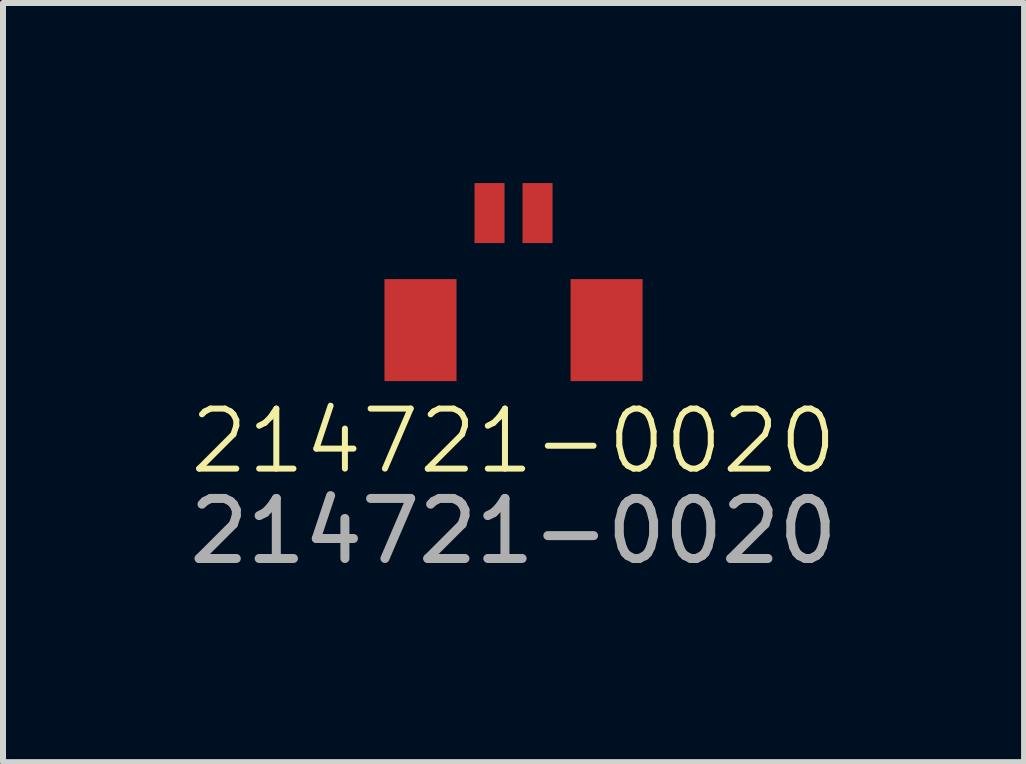
<source format=kicad_pcb>
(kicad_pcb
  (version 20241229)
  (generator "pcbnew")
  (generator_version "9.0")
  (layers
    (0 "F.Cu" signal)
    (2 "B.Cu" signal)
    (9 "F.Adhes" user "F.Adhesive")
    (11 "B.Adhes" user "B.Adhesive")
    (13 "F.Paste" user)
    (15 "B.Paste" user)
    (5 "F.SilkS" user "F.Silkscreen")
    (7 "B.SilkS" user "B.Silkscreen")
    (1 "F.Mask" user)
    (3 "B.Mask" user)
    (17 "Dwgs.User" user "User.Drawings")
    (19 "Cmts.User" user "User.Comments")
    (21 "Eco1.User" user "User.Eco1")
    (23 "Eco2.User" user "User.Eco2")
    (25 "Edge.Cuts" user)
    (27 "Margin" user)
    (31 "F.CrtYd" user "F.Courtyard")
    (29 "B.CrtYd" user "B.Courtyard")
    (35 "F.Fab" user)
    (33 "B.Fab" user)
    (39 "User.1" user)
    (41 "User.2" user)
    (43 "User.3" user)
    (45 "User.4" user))
  (footprint "214721-0020"
    (layer "F.Cu")
    (at 5.506 3.3)
    (property "Reference" "214721-0020" (at 0 1 0) (unlocked yes) (layer "F.SilkS") (effects (font (size 1 1) (thickness 0.1))))
    (attr smd)
    (fp_text user "${REFERENCE}" (at 0 2.5 0) (unlocked yes) (layer "F.Fab") (effects (font (size 1 1) (thickness 0.15))))
    (pad "1" smd rect (at -0.4 -2.8) (size 0.5 1) (layers "F.Cu" "F.Mask" "F.Paste"))
    (pad "2" smd rect (at 0.4 -2.8) (size 0.5 1) (layers "F.Cu" "F.Mask" "F.Paste"))
    (pad "A" smd rect (at -1.55 -0.85) (size 1.2 1.7) (layers "F.Cu" "F.Mask" "F.Paste"))
    (pad "B" smd rect (at 1.55 -0.85) (size 1.2 1.7) (layers "F.Cu" "F.Mask" "F.Paste")))
  (gr_rect
    (start -3 -3)
    (end 14.012 9.648)
    (stroke (width 0.1) (type default))
    (fill no)
    (layer "Edge.Cuts")))
</source>
